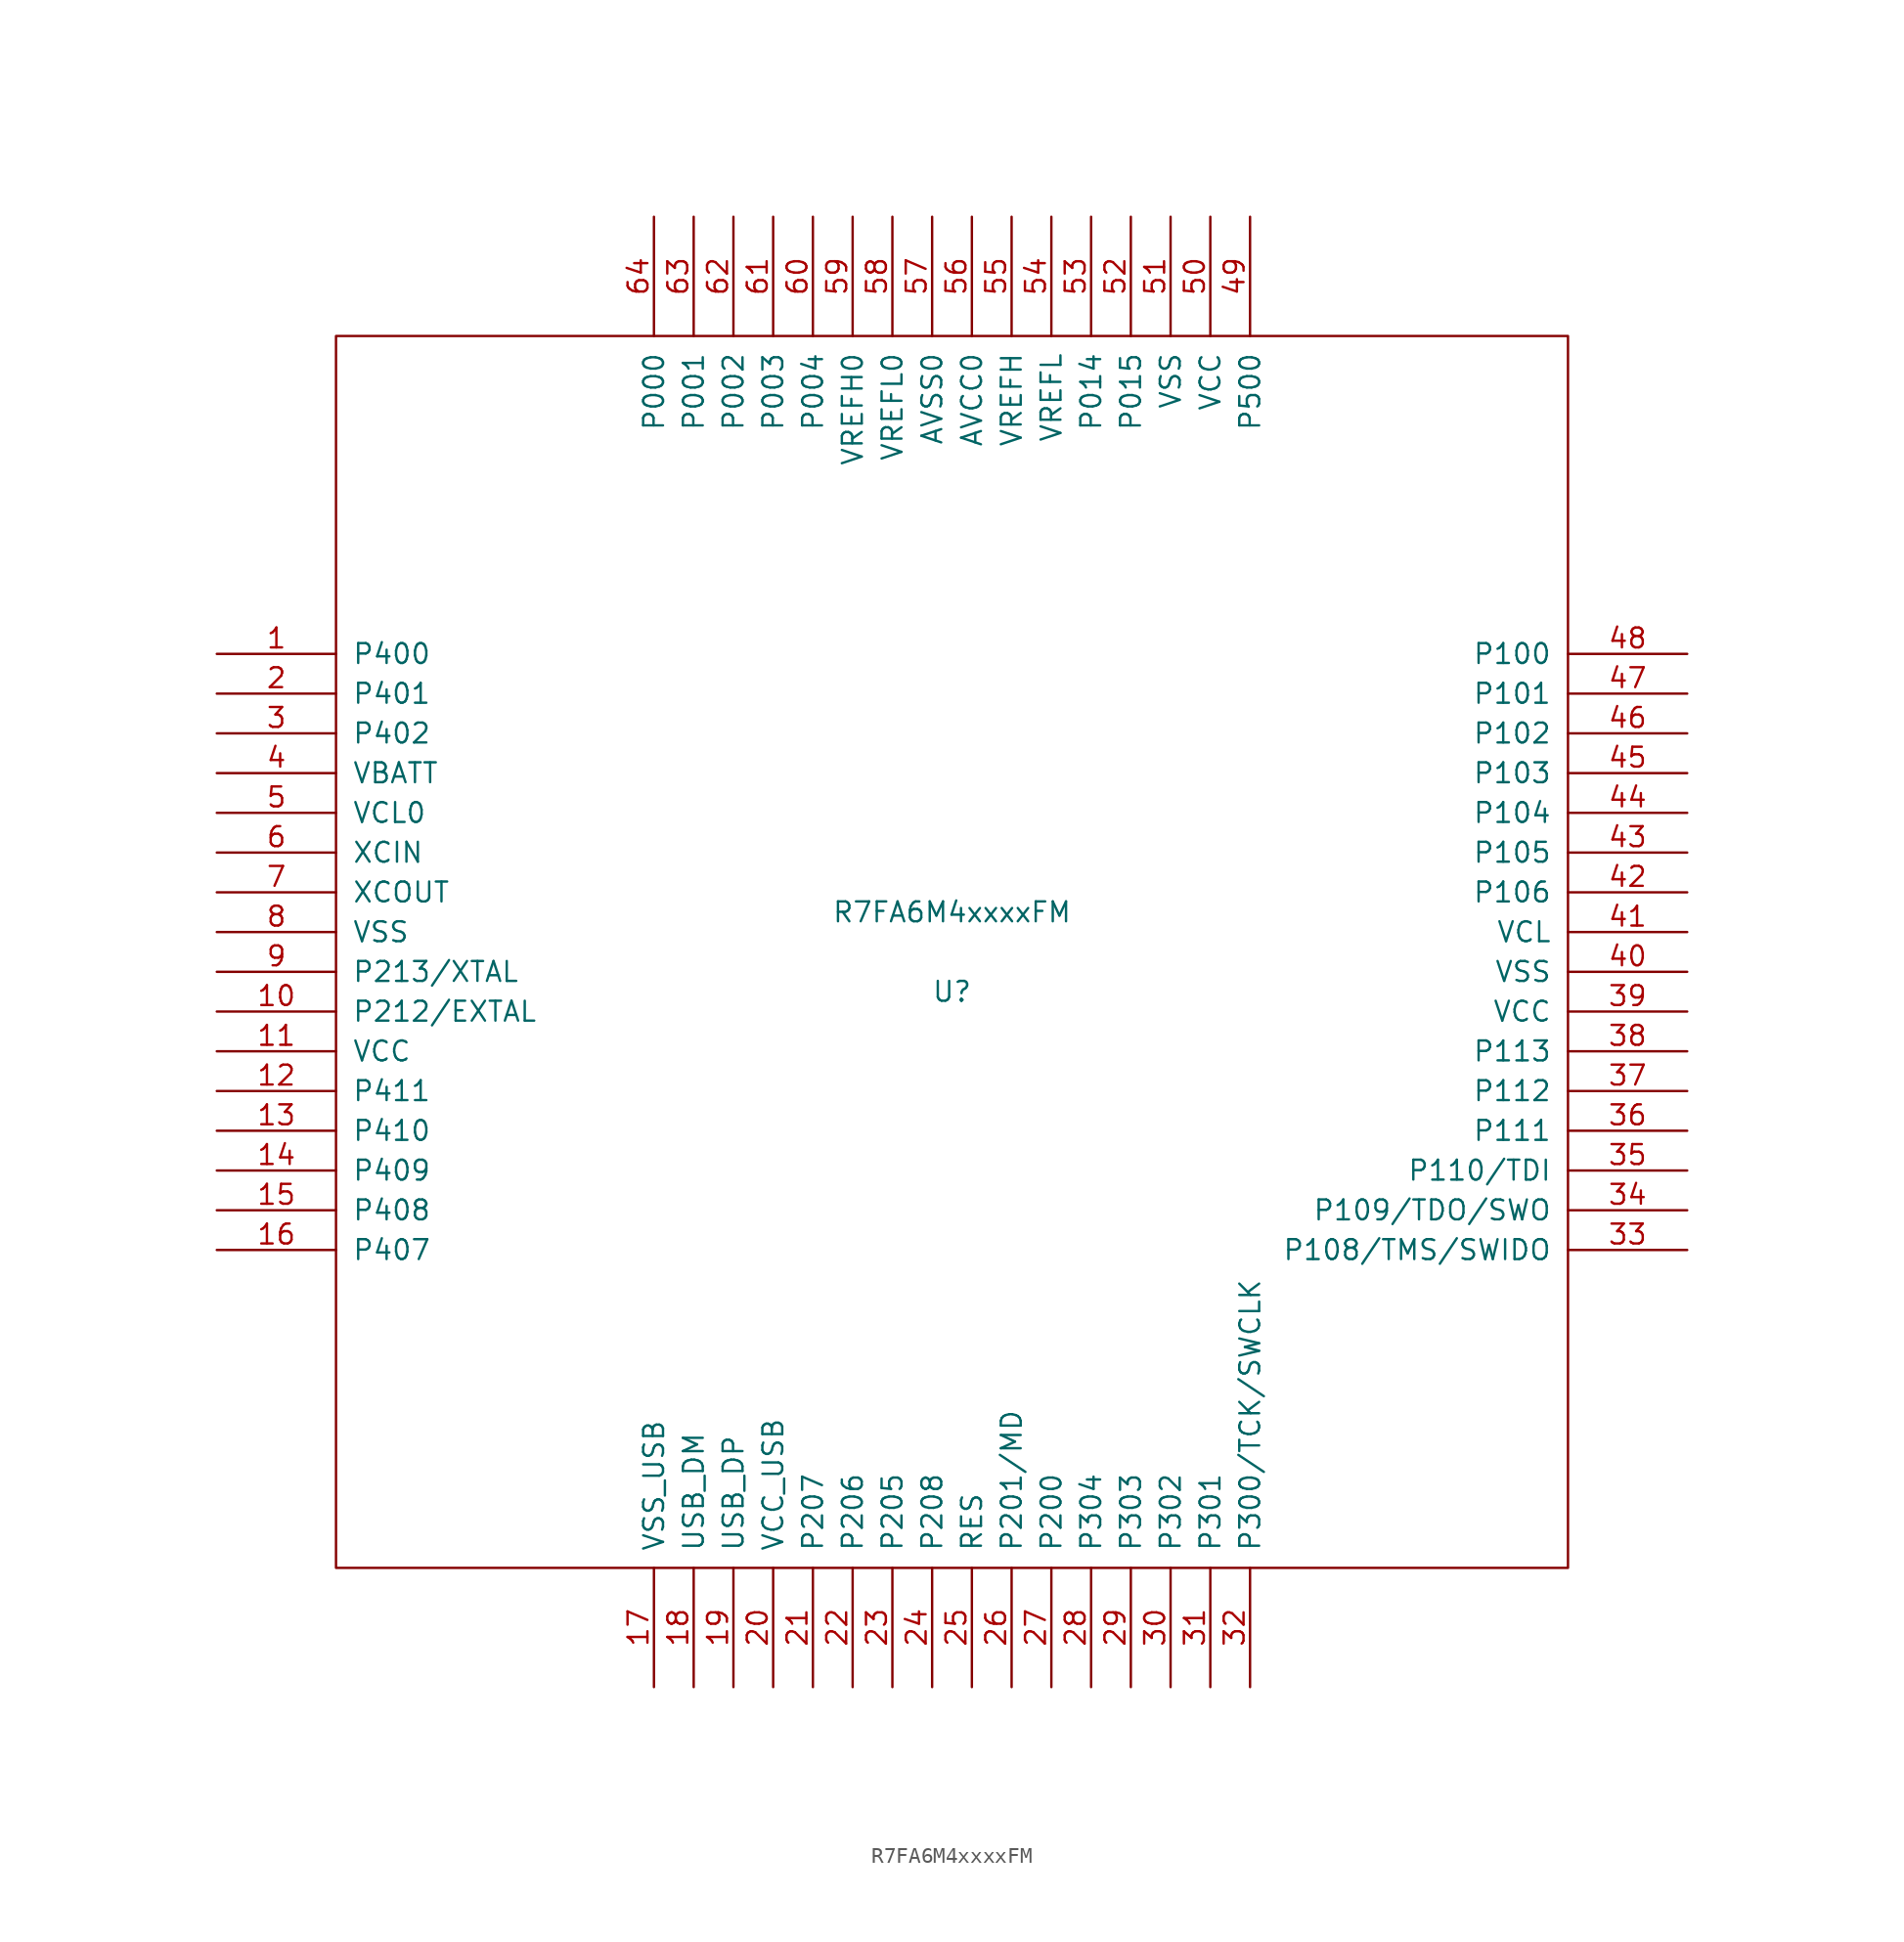
<source format=kicad_sym>
(kicad_symbol_lib
  (version 20211014)
  (generator kicad_symbol_editor)
  (symbol "R7FA6M4xxxxFM"
    (pin_names
      (offset 1.016))
    (property "Reference" "U"
      (at 0 -2.54 0)
      (effects (font (size 1.27 1.27))))
    (property "Value" "R7FA6M4xxxxFM"
      (at 0 2.54 0)
      (effects (font (size 1.27 1.27))))
    (symbol "R7FA6M4xxxxFM_1_0"
      (rectangle (start -39.37 -39.37) (end 39.37 39.37) (stroke (width 0) (type default) (color 0 0 0 0)) (fill (type none))))
    (symbol "R7FA6M4xxxxFM_1_1"
      (pin unspecified line (at -46.99 19.05 0) (length 7.62) (name "P400" (effects (font (size 1.27 1.27)))) (number "1" (effects (font (size 1.27 1.27)))))
      (pin unspecified line (at -46.99 -3.81 0) (length 7.62) (name "P212/EXTAL" (effects (font (size 1.27 1.27)))) (number "10" (effects (font (size 1.27 1.27)))))
      (pin unspecified line (at -46.99 -6.35 0) (length 7.62) (name "VCC" (effects (font (size 1.27 1.27)))) (number "11" (effects (font (size 1.27 1.27)))))
      (pin unspecified line (at -46.99 -8.89 0) (length 7.62) (name "P411" (effects (font (size 1.27 1.27)))) (number "12" (effects (font (size 1.27 1.27)))))
      (pin unspecified line (at -46.99 -11.43 0) (length 7.62) (name "P410" (effects (font (size 1.27 1.27)))) (number "13" (effects (font (size 1.27 1.27)))))
      (pin unspecified line (at -46.99 -13.97 0) (length 7.62) (name "P409" (effects (font (size 1.27 1.27)))) (number "14" (effects (font (size 1.27 1.27)))))
      (pin unspecified line (at -46.99 -16.51 0) (length 7.62) (name "P408" (effects (font (size 1.27 1.27)))) (number "15" (effects (font (size 1.27 1.27)))))
      (pin unspecified line (at -46.99 -19.05 0) (length 7.62) (name "P407" (effects (font (size 1.27 1.27)))) (number "16" (effects (font (size 1.27 1.27)))))
      (pin unspecified line (at -19.05 -46.99 90) (length 7.62) (name "VSS_USB" (effects (font (size 1.27 1.27)))) (number "17" (effects (font (size 1.27 1.27)))))
      (pin unspecified line (at -16.51 -46.99 90) (length 7.62) (name "USB_DM" (effects (font (size 1.27 1.27)))) (number "18" (effects (font (size 1.27 1.27)))))
      (pin unspecified line (at -13.97 -46.99 90) (length 7.62) (name "USB_DP" (effects (font (size 1.27 1.27)))) (number "19" (effects (font (size 1.27 1.27)))))
      (pin unspecified line (at -46.99 16.51 0) (length 7.62) (name "P401" (effects (font (size 1.27 1.27)))) (number "2" (effects (font (size 1.27 1.27)))))
      (pin unspecified line (at -11.43 -46.99 90) (length 7.62) (name "VCC_USB" (effects (font (size 1.27 1.27)))) (number "20" (effects (font (size 1.27 1.27)))))
      (pin unspecified line (at -8.89 -46.99 90) (length 7.62) (name "P207" (effects (font (size 1.27 1.27)))) (number "21" (effects (font (size 1.27 1.27)))))
      (pin unspecified line (at -6.35 -46.99 90) (length 7.62) (name "P206" (effects (font (size 1.27 1.27)))) (number "22" (effects (font (size 1.27 1.27)))))
      (pin unspecified line (at -3.81 -46.99 90) (length 7.62) (name "P205" (effects (font (size 1.27 1.27)))) (number "23" (effects (font (size 1.27 1.27)))))
      (pin unspecified line (at -1.27 -46.99 90) (length 7.62) (name "P208" (effects (font (size 1.27 1.27)))) (number "24" (effects (font (size 1.27 1.27)))))
      (pin unspecified line (at 1.27 -46.99 90) (length 7.62) (name "RES" (effects (font (size 1.27 1.27)))) (number "25" (effects (font (size 1.27 1.27)))))
      (pin unspecified line (at 3.81 -46.99 90) (length 7.62) (name "P201/MD" (effects (font (size 1.27 1.27)))) (number "26" (effects (font (size 1.27 1.27)))))
      (pin unspecified line (at 6.35 -46.99 90) (length 7.62) (name "P200" (effects (font (size 1.27 1.27)))) (number "27" (effects (font (size 1.27 1.27)))))
      (pin unspecified line (at 8.89 -46.99 90) (length 7.62) (name "P304" (effects (font (size 1.27 1.27)))) (number "28" (effects (font (size 1.27 1.27)))))
      (pin unspecified line (at 11.43 -46.99 90) (length 7.62) (name "P303" (effects (font (size 1.27 1.27)))) (number "29" (effects (font (size 1.27 1.27)))))
      (pin unspecified line (at -46.99 13.97 0) (length 7.62) (name "P402" (effects (font (size 1.27 1.27)))) (number "3" (effects (font (size 1.27 1.27)))))
      (pin unspecified line (at 13.97 -46.99 90) (length 7.62) (name "P302" (effects (font (size 1.27 1.27)))) (number "30" (effects (font (size 1.27 1.27)))))
      (pin unspecified line (at 16.51 -46.99 90) (length 7.62) (name "P301" (effects (font (size 1.27 1.27)))) (number "31" (effects (font (size 1.27 1.27)))))
      (pin unspecified line (at 19.05 -46.99 90) (length 7.62) (name "P300/TCK/SWCLK" (effects (font (size 1.27 1.27)))) (number "32" (effects (font (size 1.27 1.27)))))
      (pin unspecified line (at 46.99 -19.05 180) (length 7.62) (name "P108/TMS/SWIDO" (effects (font (size 1.27 1.27)))) (number "33" (effects (font (size 1.27 1.27)))))
      (pin unspecified line (at 46.99 -16.51 180) (length 7.62) (name "P109/TDO/SWO" (effects (font (size 1.27 1.27)))) (number "34" (effects (font (size 1.27 1.27)))))
      (pin unspecified line (at 46.99 -13.97 180) (length 7.62) (name "P110/TDI" (effects (font (size 1.27 1.27)))) (number "35" (effects (font (size 1.27 1.27)))))
      (pin unspecified line (at 46.99 -11.43 180) (length 7.62) (name "P111" (effects (font (size 1.27 1.27)))) (number "36" (effects (font (size 1.27 1.27)))))
      (pin unspecified line (at 46.99 -8.89 180) (length 7.62) (name "P112" (effects (font (size 1.27 1.27)))) (number "37" (effects (font (size 1.27 1.27)))))
      (pin unspecified line (at 46.99 -6.35 180) (length 7.62) (name "P113" (effects (font (size 1.27 1.27)))) (number "38" (effects (font (size 1.27 1.27)))))
      (pin unspecified line (at 46.99 -3.81 180) (length 7.62) (name "VCC" (effects (font (size 1.27 1.27)))) (number "39" (effects (font (size 1.27 1.27)))))
      (pin unspecified line (at -46.99 11.43 0) (length 7.62) (name "VBATT" (effects (font (size 1.27 1.27)))) (number "4" (effects (font (size 1.27 1.27)))))
      (pin unspecified line (at 46.99 -1.27 180) (length 7.62) (name "VSS" (effects (font (size 1.27 1.27)))) (number "40" (effects (font (size 1.27 1.27)))))
      (pin unspecified line (at 46.99 1.27 180) (length 7.62) (name "VCL" (effects (font (size 1.27 1.27)))) (number "41" (effects (font (size 1.27 1.27)))))
      (pin unspecified line (at 46.99 3.81 180) (length 7.62) (name "P106" (effects (font (size 1.27 1.27)))) (number "42" (effects (font (size 1.27 1.27)))))
      (pin unspecified line (at 46.99 6.35 180) (length 7.62) (name "P105" (effects (font (size 1.27 1.27)))) (number "43" (effects (font (size 1.27 1.27)))))
      (pin unspecified line (at 46.99 8.89 180) (length 7.62) (name "P104" (effects (font (size 1.27 1.27)))) (number "44" (effects (font (size 1.27 1.27)))))
      (pin unspecified line (at 46.99 11.43 180) (length 7.62) (name "P103" (effects (font (size 1.27 1.27)))) (number "45" (effects (font (size 1.27 1.27)))))
      (pin unspecified line (at 46.99 13.97 180) (length 7.62) (name "P102" (effects (font (size 1.27 1.27)))) (number "46" (effects (font (size 1.27 1.27)))))
      (pin unspecified line (at 46.99 16.51 180) (length 7.62) (name "P101" (effects (font (size 1.27 1.27)))) (number "47" (effects (font (size 1.27 1.27)))))
      (pin unspecified line (at 46.99 19.05 180) (length 7.62) (name "P100" (effects (font (size 1.27 1.27)))) (number "48" (effects (font (size 1.27 1.27)))))
      (pin unspecified line (at 19.05 46.99 270) (length 7.62) (name "P500" (effects (font (size 1.27 1.27)))) (number "49" (effects (font (size 1.27 1.27)))))
      (pin unspecified line (at -46.99 8.89 0) (length 7.62) (name "VCL0" (effects (font (size 1.27 1.27)))) (number "5" (effects (font (size 1.27 1.27)))))
      (pin unspecified line (at 16.51 46.99 270) (length 7.62) (name "VCC" (effects (font (size 1.27 1.27)))) (number "50" (effects (font (size 1.27 1.27)))))
      (pin unspecified line (at 13.97 46.99 270) (length 7.62) (name "VSS" (effects (font (size 1.27 1.27)))) (number "51" (effects (font (size 1.27 1.27)))))
      (pin unspecified line (at 11.43 46.99 270) (length 7.62) (name "P015" (effects (font (size 1.27 1.27)))) (number "52" (effects (font (size 1.27 1.27)))))
      (pin unspecified line (at 8.89 46.99 270) (length 7.62) (name "P014" (effects (font (size 1.27 1.27)))) (number "53" (effects (font (size 1.27 1.27)))))
      (pin unspecified line (at 6.35 46.99 270) (length 7.62) (name "VREFL" (effects (font (size 1.27 1.27)))) (number "54" (effects (font (size 1.27 1.27)))))
      (pin unspecified line (at 3.81 46.99 270) (length 7.62) (name "VREFH" (effects (font (size 1.27 1.27)))) (number "55" (effects (font (size 1.27 1.27)))))
      (pin unspecified line (at 1.27 46.99 270) (length 7.62) (name "AVCC0" (effects (font (size 1.27 1.27)))) (number "56" (effects (font (size 1.27 1.27)))))
      (pin unspecified line (at -1.27 46.99 270) (length 7.62) (name "AVSS0" (effects (font (size 1.27 1.27)))) (number "57" (effects (font (size 1.27 1.27)))))
      (pin unspecified line (at -3.81 46.99 270) (length 7.62) (name "VREFL0" (effects (font (size 1.27 1.27)))) (number "58" (effects (font (size 1.27 1.27)))))
      (pin unspecified line (at -6.35 46.99 270) (length 7.62) (name "VREFH0" (effects (font (size 1.27 1.27)))) (number "59" (effects (font (size 1.27 1.27)))))
      (pin unspecified line (at -46.99 6.35 0) (length 7.62) (name "XCIN" (effects (font (size 1.27 1.27)))) (number "6" (effects (font (size 1.27 1.27)))))
      (pin unspecified line (at -8.89 46.99 270) (length 7.62) (name "P004" (effects (font (size 1.27 1.27)))) (number "60" (effects (font (size 1.27 1.27)))))
      (pin unspecified line (at -11.43 46.99 270) (length 7.62) (name "P003" (effects (font (size 1.27 1.27)))) (number "61" (effects (font (size 1.27 1.27)))))
      (pin unspecified line (at -13.97 46.99 270) (length 7.62) (name "P002" (effects (font (size 1.27 1.27)))) (number "62" (effects (font (size 1.27 1.27)))))
      (pin unspecified line (at -16.51 46.99 270) (length 7.62) (name "P001" (effects (font (size 1.27 1.27)))) (number "63" (effects (font (size 1.27 1.27)))))
      (pin unspecified line (at -19.05 46.99 270) (length 7.62) (name "P000" (effects (font (size 1.27 1.27)))) (number "64" (effects (font (size 1.27 1.27)))))
      (pin unspecified line (at -46.99 3.81 0) (length 7.62) (name "XCOUT" (effects (font (size 1.27 1.27)))) (number "7" (effects (font (size 1.27 1.27)))))
      (pin unspecified line (at -46.99 1.27 0) (length 7.62) (name "VSS" (effects (font (size 1.27 1.27)))) (number "8" (effects (font (size 1.27 1.27)))))
      (pin unspecified line (at -46.99 -1.27 0) (length 7.62) (name "P213/XTAL" (effects (font (size 1.27 1.27)))) (number "9" (effects (font (size 1.27 1.27))))))))
</source>
